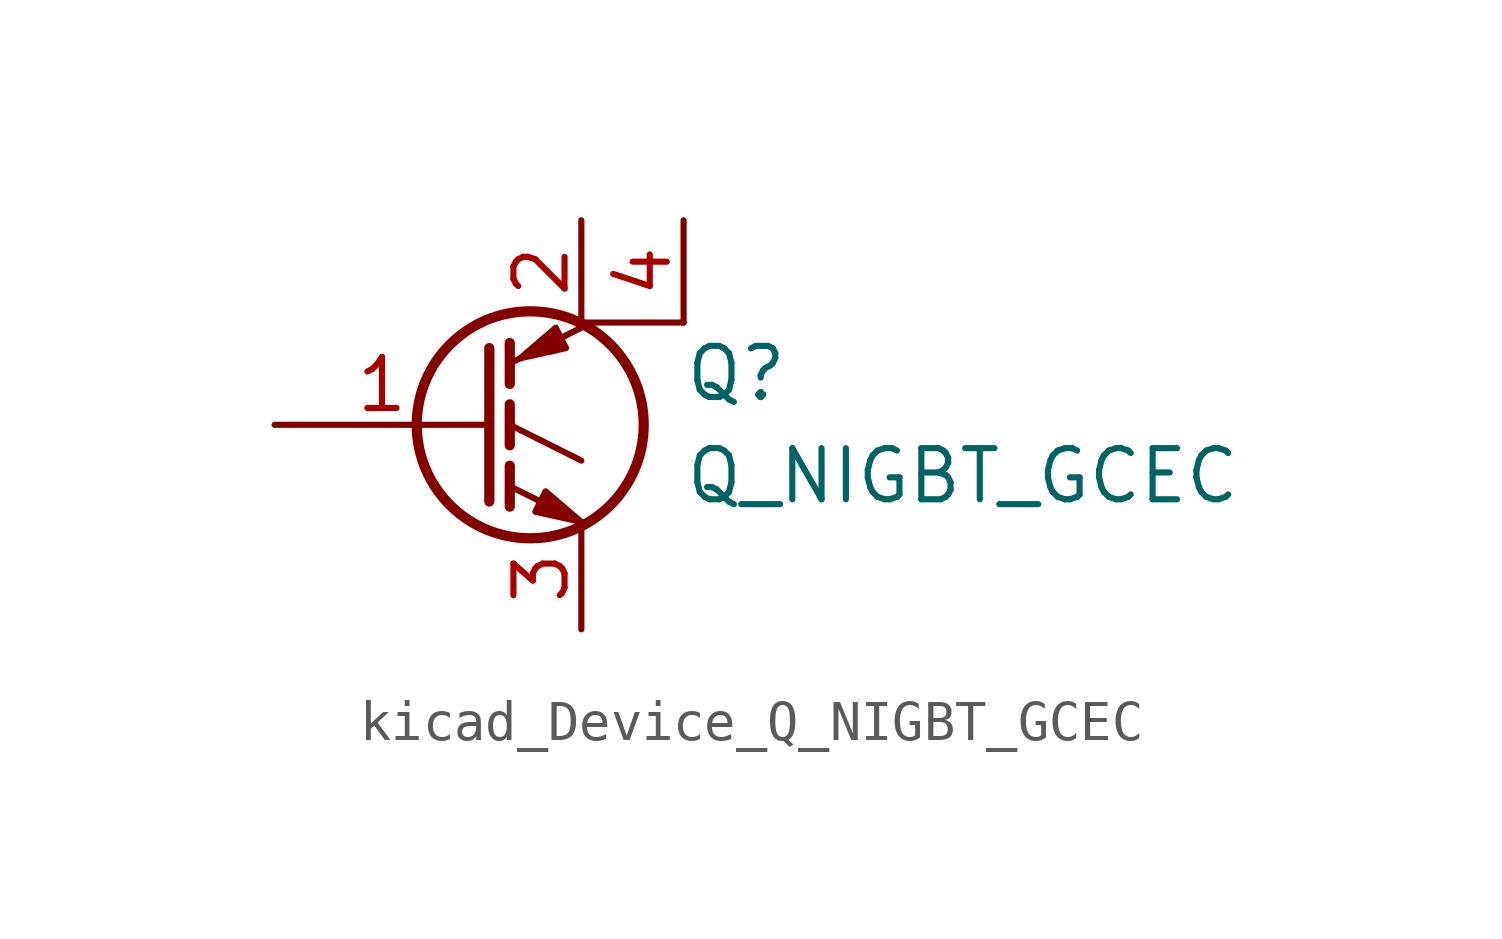
<source format=kicad_sym>
(kicad_symbol_lib
  (version 20220914)
  (generator kicad_symbol_editor)
  (symbol "kicad_Device_Q_NIGBT_GCEC"
    (pin_names
      (offset 0) hide)
    (property "Reference" "Q"
      (at 5.08 1.27 0)
      (effects (font (size 1.27 1.27)) (justify left)))
    (property "Value" "Q_NIGBT_GCEC"
      (at 5.08 -1.27 0)
      (effects (font (size 1.27 1.27)) (justify left)))
    (symbol "kicad_Device_Q_NIGBT_GCEC_0_1"
      (polyline (pts (xy 0.762 -1.016) (xy 0.762 -2.032)) (stroke (width 0.254) (type default)) (fill (type none)))
      (polyline (pts (xy 0.762 0.508) (xy 0.762 -0.508)) (stroke (width 0.254) (type default)) (fill (type none)))
      (polyline (pts (xy 0.762 2.032) (xy 0.762 1.016)) (stroke (width 0.254) (type default)) (fill (type none)))
      (polyline (pts (xy 2.54 -2.413) (xy 0.762 -1.524)) (stroke (width 0) (type default)) (fill (type none)))
      (polyline (pts (xy 2.54 -0.889) (xy 0.762 0)) (stroke (width 0) (type default)) (fill (type none)))
      (polyline (pts (xy 2.54 2.413) (xy 0.762 1.524)) (stroke (width 0) (type default)) (fill (type none)))
      (polyline (pts (xy 2.54 2.54) (xy 5.08 2.54)) (stroke (width 0) (type default)) (fill (type none)))
      (polyline (pts (xy 0.254 1.905) (xy 0.254 -1.905) (xy 0.254 -1.905)) (stroke (width 0.254) (type default)) (fill (type none)))
      (polyline (pts (xy 1.397 -2.159) (xy 1.651 -1.651) (xy 2.54 -2.413) (xy 1.397 -2.159)) (stroke (width 0) (type default)) (fill (type outline)))
      (polyline (pts (xy 2.159 1.905) (xy 1.905 2.413) (xy 1.016 1.651) (xy 2.159 1.905)) (stroke (width 0) (type default)) (fill (type outline)))
      (circle (center 1.27 0) (radius 2.819) (stroke (width 0.254) (type default)) (fill (type none))))
    (symbol "kicad_Device_Q_NIGBT_GCEC_1_1"
      (pin input line (at -5.08 0 0) (length 5.334) (name "G" (effects (font (size 1.27 1.27)))) (number "1" (effects (font (size 1.27 1.27)))))
      (pin passive line (at 2.54 5.08 270) (length 2.54) (name "C" (effects (font (size 1.27 1.27)))) (number "2" (effects (font (size 1.27 1.27)))))
      (pin passive line (at 2.54 -5.08 90) (length 2.54) (name "E" (effects (font (size 1.27 1.27)))) (number "3" (effects (font (size 1.27 1.27)))))
      (pin passive line (at 5.08 5.08 270) (length 2.54) (name "C" (effects (font (size 1.27 1.27)))) (number "4" (effects (font (size 1.27 1.27))))))))
</source>
